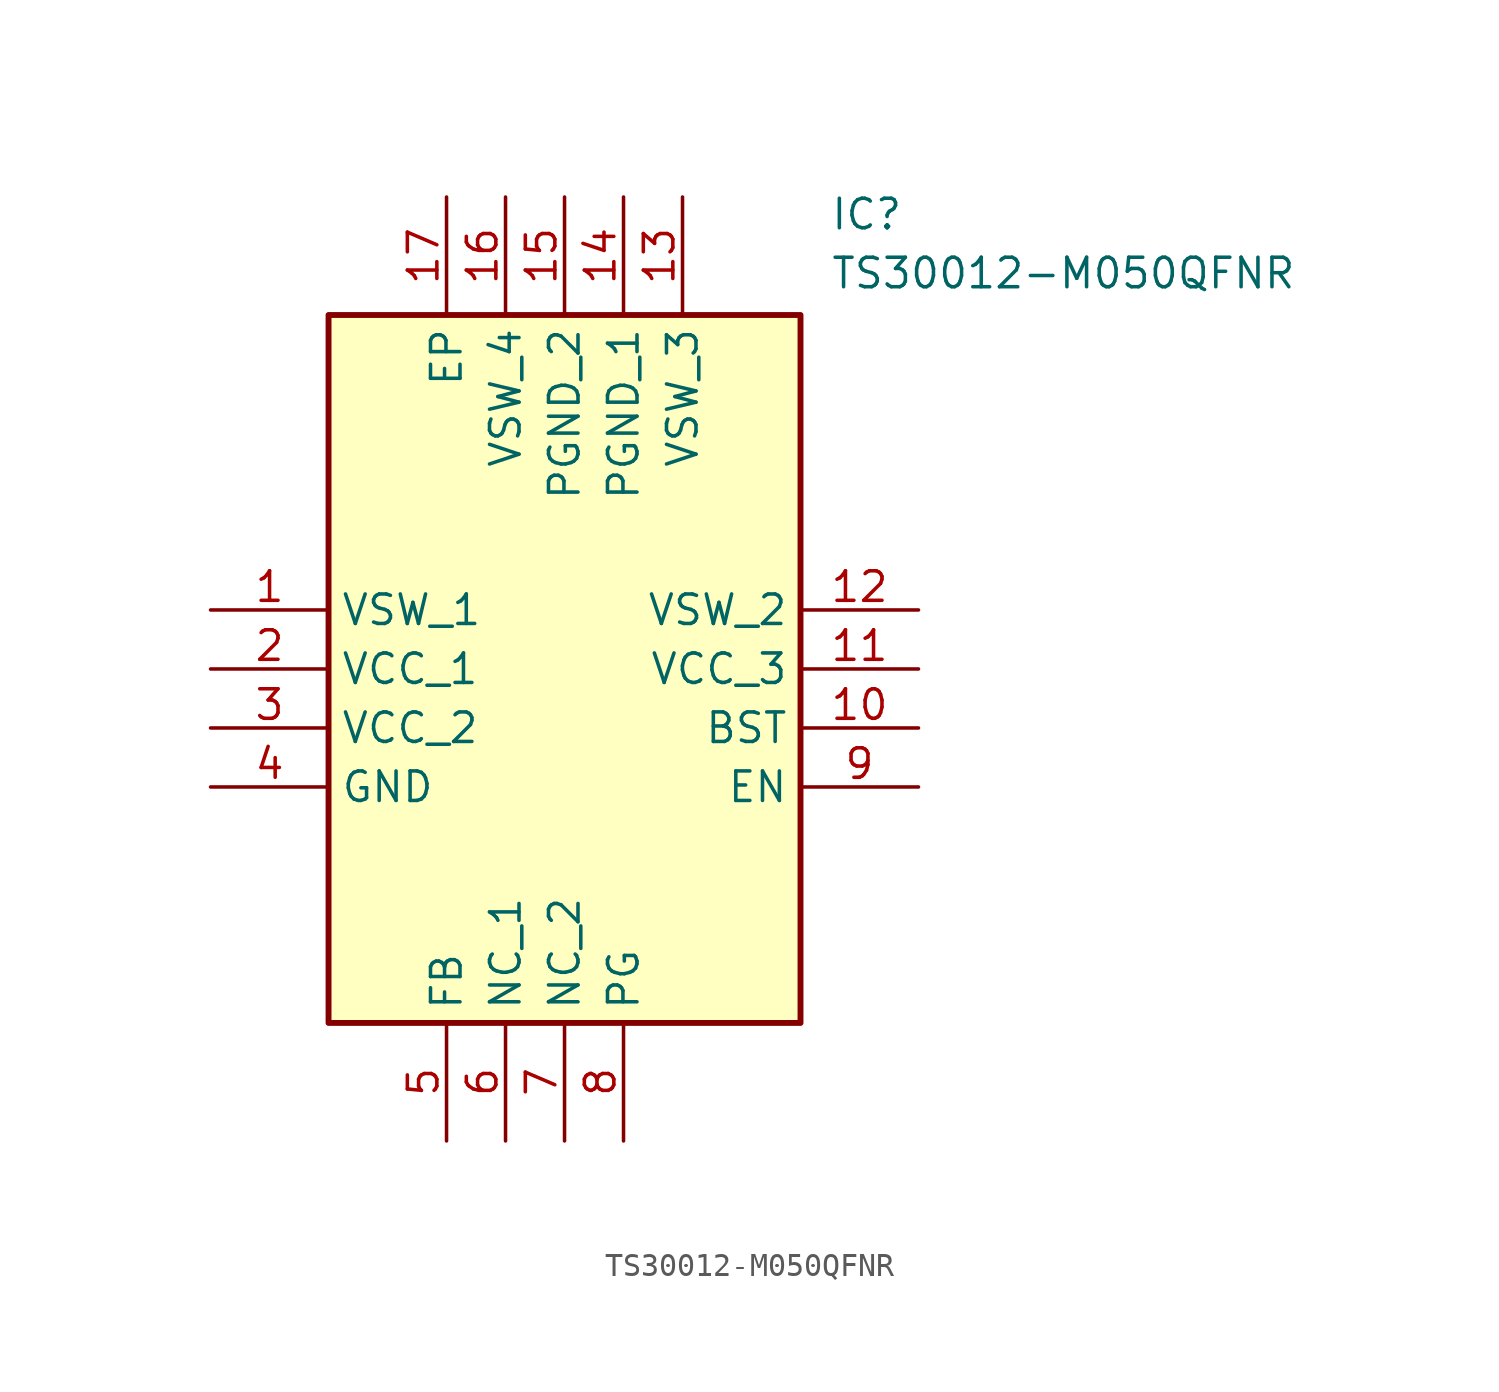
<source format=kicad_sym>
(kicad_symbol_lib
  (version 20211014)
  (generator SamacSys_ECAD_Model)
  (symbol "TS30012-M050QFNR"
    (property "Reference" "IC"
      (at 26.67 17.78 0)
      (effects (font (size 1.27 1.27)) (justify left top)))
    (property "Value" "TS30012-M050QFNR"
      (at 26.67 15.24 0)
      (effects (font (size 1.27 1.27)) (justify left top)))
    (rectangle
      (start 5.08 12.7)
      (end 25.4 -17.78)
      (stroke (width 0.254) (type default))
      (fill (type background)))
    (pin passive line
      (at 0 0 0)
      (length 5.08)
      (name "VSW_1" (effects (font (size 1.27 1.27))))
      (number "1" (effects (font (size 1.27 1.27)))))
    (pin passive line
      (at 0 -2.54 0)
      (length 5.08)
      (name "VCC_1" (effects (font (size 1.27 1.27))))
      (number "2" (effects (font (size 1.27 1.27)))))
    (pin passive line
      (at 0 -5.08 0)
      (length 5.08)
      (name "VCC_2" (effects (font (size 1.27 1.27))))
      (number "3" (effects (font (size 1.27 1.27)))))
    (pin passive line
      (at 0 -7.62 0)
      (length 5.08)
      (name "GND" (effects (font (size 1.27 1.27))))
      (number "4" (effects (font (size 1.27 1.27)))))
    (pin passive line
      (at 10.16 -22.86 90)
      (length 5.08)
      (name "FB" (effects (font (size 1.27 1.27))))
      (number "5" (effects (font (size 1.27 1.27)))))
    (pin passive line
      (at 12.7 -22.86 90)
      (length 5.08)
      (name "NC_1" (effects (font (size 1.27 1.27))))
      (number "6" (effects (font (size 1.27 1.27)))))
    (pin passive line
      (at 15.24 -22.86 90)
      (length 5.08)
      (name "NC_2" (effects (font (size 1.27 1.27))))
      (number "7" (effects (font (size 1.27 1.27)))))
    (pin passive line
      (at 17.78 -22.86 90)
      (length 5.08)
      (name "PG" (effects (font (size 1.27 1.27))))
      (number "8" (effects (font (size 1.27 1.27)))))
    (pin passive line
      (at 30.48 0 180)
      (length 5.08)
      (name "VSW_2" (effects (font (size 1.27 1.27))))
      (number "12" (effects (font (size 1.27 1.27)))))
    (pin passive line
      (at 30.48 -2.54 180)
      (length 5.08)
      (name "VCC_3" (effects (font (size 1.27 1.27))))
      (number "11" (effects (font (size 1.27 1.27)))))
    (pin passive line
      (at 30.48 -5.08 180)
      (length 5.08)
      (name "BST" (effects (font (size 1.27 1.27))))
      (number "10" (effects (font (size 1.27 1.27)))))
    (pin passive line
      (at 30.48 -7.62 180)
      (length 5.08)
      (name "EN" (effects (font (size 1.27 1.27))))
      (number "9" (effects (font (size 1.27 1.27)))))
    (pin passive line
      (at 10.16 17.78 270)
      (length 5.08)
      (name "EP" (effects (font (size 1.27 1.27))))
      (number "17" (effects (font (size 1.27 1.27)))))
    (pin passive line
      (at 12.7 17.78 270)
      (length 5.08)
      (name "VSW_4" (effects (font (size 1.27 1.27))))
      (number "16" (effects (font (size 1.27 1.27)))))
    (pin passive line
      (at 15.24 17.78 270)
      (length 5.08)
      (name "PGND_2" (effects (font (size 1.27 1.27))))
      (number "15" (effects (font (size 1.27 1.27)))))
    (pin passive line
      (at 17.78 17.78 270)
      (length 5.08)
      (name "PGND_1" (effects (font (size 1.27 1.27))))
      (number "14" (effects (font (size 1.27 1.27)))))
    (pin passive line
      (at 20.32 17.78 270)
      (length 5.08)
      (name "VSW_3" (effects (font (size 1.27 1.27))))
      (number "13" (effects (font (size 1.27 1.27)))))))
</source>
